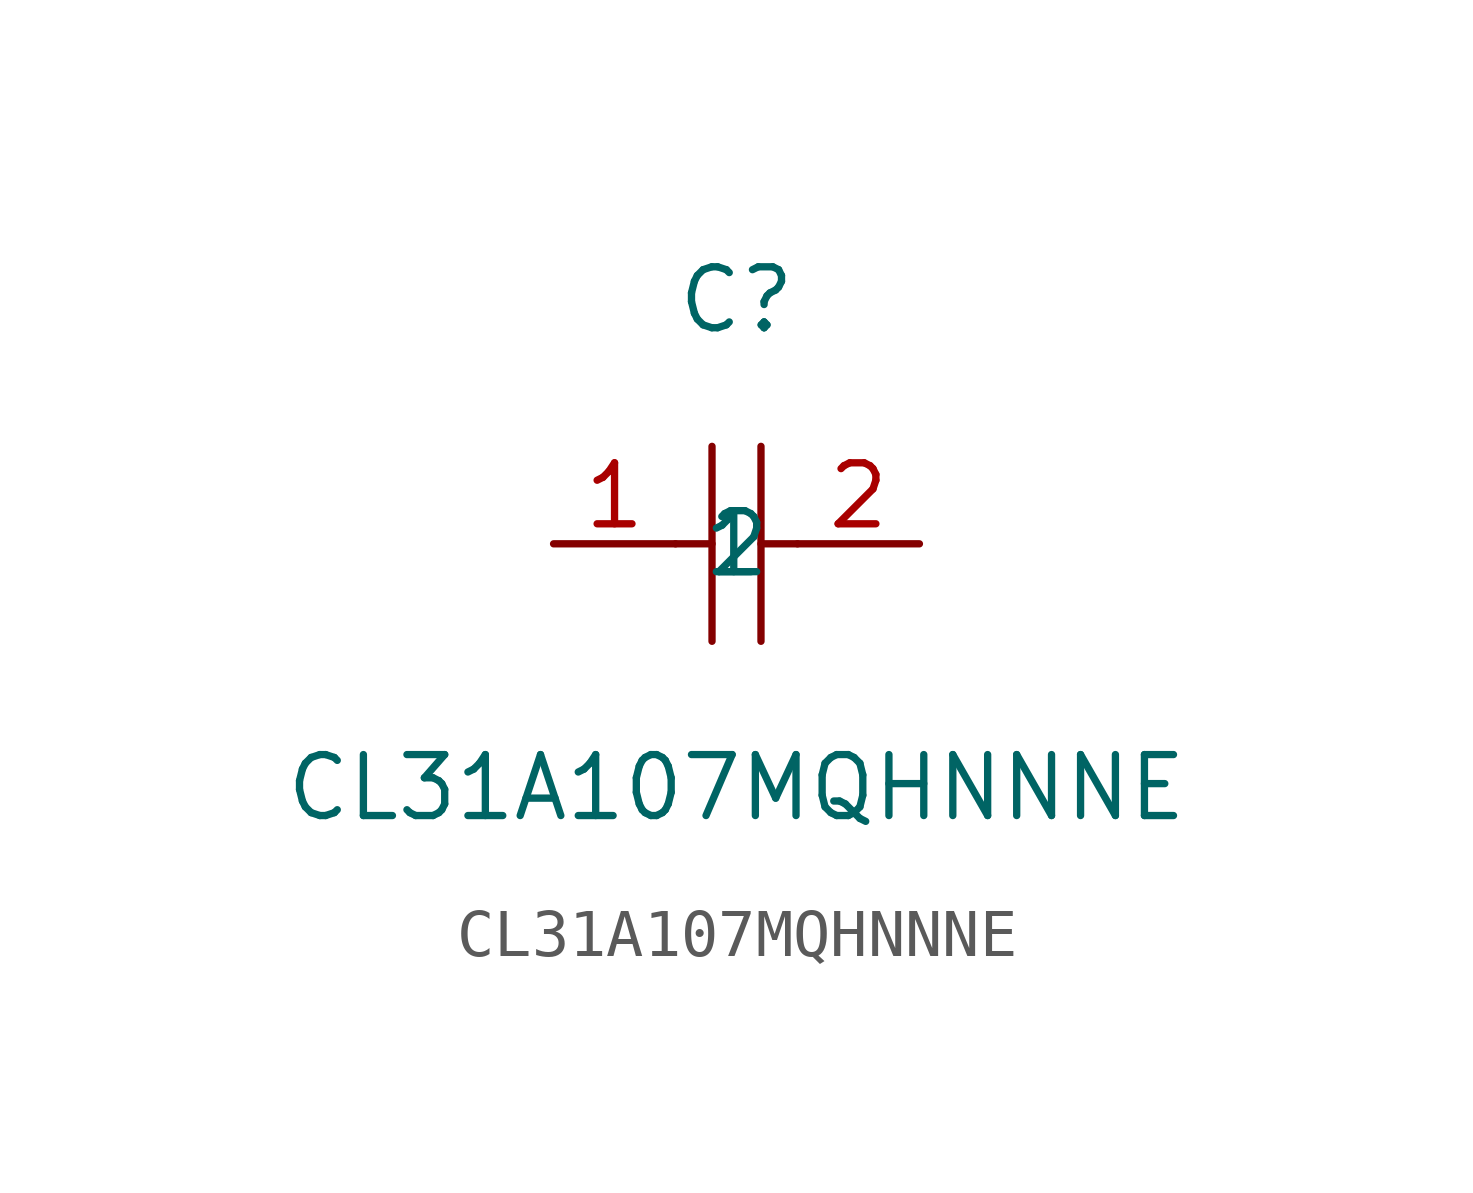
<source format=kicad_sym>
(kicad_symbol_lib
  (version 20211014)
  (generator https://github.com/uPesy/easyeda2kicad.py)
  (symbol "CL31A107MQHNNNE"
    (property "Reference" "C"
      (at 0 5.08 0)
      (effects (font (size 1.27 1.27))))
    (property "Value" "CL31A107MQHNNNE"
      (at 0 -5.08 0)
      (effects (font (size 1.27 1.27))))
    (symbol "CL31A107MQHNNNE_0_1"
      (polyline (pts (xy -0.51 2.03) (xy -0.51 -2.03)) (stroke (width 0) (type default) (color 0 0 0 0)) (fill (type none)))
      (polyline (pts (xy 0.51 2.03) (xy 0.51 -2.03)) (stroke (width 0) (type default) (color 0 0 0 0)) (fill (type none)))
      (polyline (pts (xy -1.27 -0.00) (xy -0.51 -0.00)) (stroke (width 0) (type default) (color 0 0 0 0)) (fill (type none)))
      (polyline (pts (xy 0.51 -0.00) (xy 1.27 -0.00)) (stroke (width 0) (type default) (color 0 0 0 0)) (fill (type none)))
      (pin input line (at -3.81 -0.00 0) (length 2.54) (name "1" (effects (font (size 1.27 1.27)))) (number "1" (effects (font (size 1.27 1.27)))))
      (pin input line (at 3.81 -0.00 180) (length 2.54) (name "2" (effects (font (size 1.27 1.27)))) (number "2" (effects (font (size 1.27 1.27))))))))
</source>
